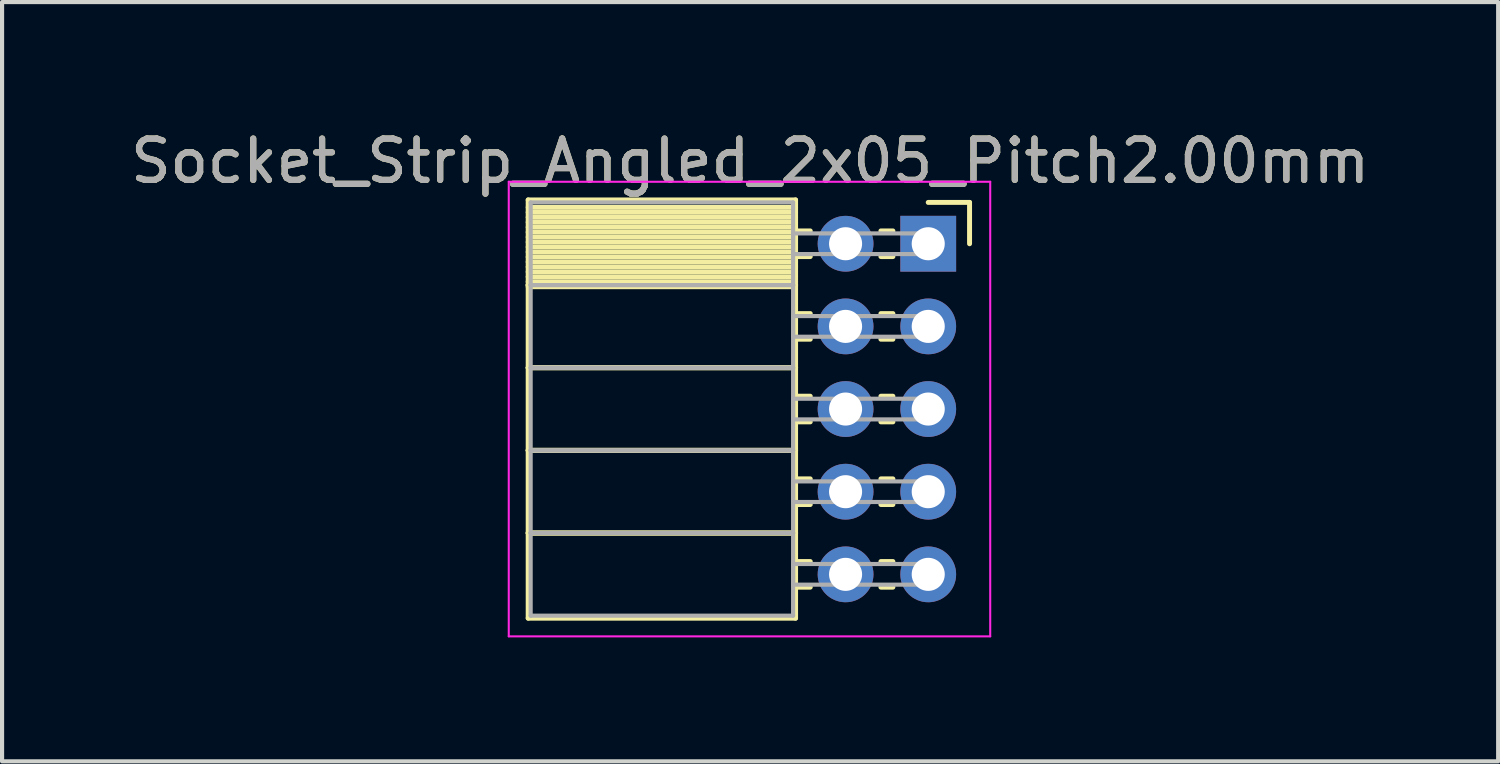
<source format=kicad_pcb>
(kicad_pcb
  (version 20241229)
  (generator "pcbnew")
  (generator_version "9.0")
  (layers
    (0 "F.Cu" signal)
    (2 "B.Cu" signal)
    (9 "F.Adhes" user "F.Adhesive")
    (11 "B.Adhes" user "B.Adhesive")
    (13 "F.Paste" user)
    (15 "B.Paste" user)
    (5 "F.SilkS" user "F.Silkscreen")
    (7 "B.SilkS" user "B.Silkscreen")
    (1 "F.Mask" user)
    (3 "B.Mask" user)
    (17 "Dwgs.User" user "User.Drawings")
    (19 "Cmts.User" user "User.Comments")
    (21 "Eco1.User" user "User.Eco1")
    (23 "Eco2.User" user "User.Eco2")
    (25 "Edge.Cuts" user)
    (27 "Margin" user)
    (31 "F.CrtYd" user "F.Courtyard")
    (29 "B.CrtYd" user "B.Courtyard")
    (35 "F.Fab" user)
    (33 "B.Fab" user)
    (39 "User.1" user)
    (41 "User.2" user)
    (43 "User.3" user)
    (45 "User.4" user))
  (footprint "Socket_Strip_Angled_2x05_Pitch2.00mm"
    (layer "F.Cu")
    (at 19.411 2.848)
    (property "Reference" "Socket_Strip_Angled_2x05_Pitch2.00mm" (at -4.31 -2 0) (layer "F.SilkS") (effects (font (size 1 1) (thickness 0.15))))
    (attr through_hole)
    (fp_line (start -9.68 -1.06) (end -3.21 -1.06) (stroke (width 0.12) (type solid)) (layer "F.SilkS"))
    (fp_line (start -9.68 1) (end -9.68 -1.06) (stroke (width 0.12) (type solid)) (layer "F.SilkS"))
    (fp_line (start -9.68 1) (end -3.21 1) (stroke (width 0.12) (type solid)) (layer "F.SilkS"))
    (fp_line (start -9.68 3) (end -9.68 1) (stroke (width 0.12) (type solid)) (layer "F.SilkS"))
    (fp_line (start -9.68 3) (end -3.21 3) (stroke (width 0.12) (type solid)) (layer "F.SilkS"))
    (fp_line (start -9.68 5) (end -9.68 3) (stroke (width 0.12) (type solid)) (layer "F.SilkS"))
    (fp_line (start -9.68 5) (end -3.21 5) (stroke (width 0.12) (type solid)) (layer "F.SilkS"))
    (fp_line (start -9.68 7) (end -9.68 5) (stroke (width 0.12) (type solid)) (layer "F.SilkS"))
    (fp_line (start -9.68 7) (end -3.21 7) (stroke (width 0.12) (type solid)) (layer "F.SilkS"))
    (fp_line (start -9.68 9.06) (end -9.68 7) (stroke (width 0.12) (type solid)) (layer "F.SilkS"))
    (fp_line (start -3.21 -1.06) (end -3.21 1) (stroke (width 0.12) (type solid)) (layer "F.SilkS"))
    (fp_line (start -3.21 -0.88) (end -9.68 -0.88) (stroke (width 0.12) (type solid)) (layer "F.SilkS"))
    (fp_line (start -3.21 -0.76) (end -9.68 -0.76) (stroke (width 0.12) (type solid)) (layer "F.SilkS"))
    (fp_line (start -3.21 -0.64) (end -9.68 -0.64) (stroke (width 0.12) (type solid)) (layer "F.SilkS"))
    (fp_line (start -3.21 -0.52) (end -9.68 -0.52) (stroke (width 0.12) (type solid)) (layer "F.SilkS"))
    (fp_line (start -3.21 -0.4) (end -9.68 -0.4) (stroke (width 0.12) (type solid)) (layer "F.SilkS"))
    (fp_line (start -3.21 -0.28) (end -9.68 -0.28) (stroke (width 0.12) (type solid)) (layer "F.SilkS"))
    (fp_line (start -3.21 -0.16) (end -9.68 -0.16) (stroke (width 0.12) (type solid)) (layer "F.SilkS"))
    (fp_line (start -3.21 -0.04) (end -9.68 -0.04) (stroke (width 0.12) (type solid)) (layer "F.SilkS"))
    (fp_line (start -3.21 0.08) (end -9.68 0.08) (stroke (width 0.12) (type solid)) (layer "F.SilkS"))
    (fp_line (start -3.21 0.2) (end -9.68 0.2) (stroke (width 0.12) (type solid)) (layer "F.SilkS"))
    (fp_line (start -3.21 0.32) (end -9.68 0.32) (stroke (width 0.12) (type solid)) (layer "F.SilkS"))
    (fp_line (start -3.21 0.44) (end -9.68 0.44) (stroke (width 0.12) (type solid)) (layer "F.SilkS"))
    (fp_line (start -3.21 0.56) (end -9.68 0.56) (stroke (width 0.12) (type solid)) (layer "F.SilkS"))
    (fp_line (start -3.21 0.68) (end -9.68 0.68) (stroke (width 0.12) (type solid)) (layer "F.SilkS"))
    (fp_line (start -3.21 0.8) (end -9.68 0.8) (stroke (width 0.12) (type solid)) (layer "F.SilkS"))
    (fp_line (start -3.21 0.92) (end -9.68 0.92) (stroke (width 0.12) (type solid)) (layer "F.SilkS"))
    (fp_line (start -3.21 1) (end -9.68 1) (stroke (width 0.12) (type solid)) (layer "F.SilkS"))
    (fp_line (start -3.21 1) (end -3.21 3) (stroke (width 0.12) (type solid)) (layer "F.SilkS"))
    (fp_line (start -3.21 1.04) (end -9.68 1.04) (stroke (width 0.12) (type solid)) (layer "F.SilkS"))
    (fp_line (start -3.21 3) (end -9.68 3) (stroke (width 0.12) (type solid)) (layer "F.SilkS"))
    (fp_line (start -3.21 3) (end -3.21 5) (stroke (width 0.12) (type solid)) (layer "F.SilkS"))
    (fp_line (start -3.21 5) (end -9.68 5) (stroke (width 0.12) (type solid)) (layer "F.SilkS"))
    (fp_line (start -3.21 5) (end -3.21 7) (stroke (width 0.12) (type solid)) (layer "F.SilkS"))
    (fp_line (start -3.21 7) (end -9.68 7) (stroke (width 0.12) (type solid)) (layer "F.SilkS"))
    (fp_line (start -3.21 7) (end -3.21 9.06) (stroke (width 0.12) (type solid)) (layer "F.SilkS"))
    (fp_line (start -3.21 9.06) (end -9.68 9.06) (stroke (width 0.12) (type solid)) (layer "F.SilkS"))
    (fp_line (start -2.855 -0.31) (end -3.21 -0.31) (stroke (width 0.12) (type solid)) (layer "F.SilkS"))
    (fp_line (start -2.855 0.31) (end -3.21 0.31) (stroke (width 0.12) (type solid)) (layer "F.SilkS"))
    (fp_line (start -2.855 1.69) (end -3.21 1.69) (stroke (width 0.12) (type solid)) (layer "F.SilkS"))
    (fp_line (start -2.855 2.31) (end -3.21 2.31) (stroke (width 0.12) (type solid)) (layer "F.SilkS"))
    (fp_line (start -2.855 3.69) (end -3.21 3.69) (stroke (width 0.12) (type solid)) (layer "F.SilkS"))
    (fp_line (start -2.855 4.31) (end -3.21 4.31) (stroke (width 0.12) (type solid)) (layer "F.SilkS"))
    (fp_line (start -2.855 5.69) (end -3.21 5.69) (stroke (width 0.12) (type solid)) (layer "F.SilkS"))
    (fp_line (start -2.855 6.31) (end -3.21 6.31) (stroke (width 0.12) (type solid)) (layer "F.SilkS"))
    (fp_line (start -2.855 7.69) (end -3.21 7.69) (stroke (width 0.12) (type solid)) (layer "F.SilkS"))
    (fp_line (start -2.855 8.31) (end -3.21 8.31) (stroke (width 0.12) (type solid)) (layer "F.SilkS"))
    (fp_line (start -0.855 -0.31) (end -1.145 -0.31) (stroke (width 0.12) (type solid)) (layer "F.SilkS"))
    (fp_line (start -0.855 0.31) (end -1.145 0.31) (stroke (width 0.12) (type solid)) (layer "F.SilkS"))
    (fp_line (start -0.855 1.69) (end -1.145 1.69) (stroke (width 0.12) (type solid)) (layer "F.SilkS"))
    (fp_line (start -0.855 2.31) (end -1.145 2.31) (stroke (width 0.12) (type solid)) (layer "F.SilkS"))
    (fp_line (start -0.855 3.69) (end -1.145 3.69) (stroke (width 0.12) (type solid)) (layer "F.SilkS"))
    (fp_line (start -0.855 4.31) (end -1.145 4.31) (stroke (width 0.12) (type solid)) (layer "F.SilkS"))
    (fp_line (start -0.855 5.69) (end -1.145 5.69) (stroke (width 0.12) (type solid)) (layer "F.SilkS"))
    (fp_line (start -0.855 6.31) (end -1.145 6.31) (stroke (width 0.12) (type solid)) (layer "F.SilkS"))
    (fp_line (start -0.855 7.69) (end -1.145 7.69) (stroke (width 0.12) (type solid)) (layer "F.SilkS"))
    (fp_line (start -0.855 8.31) (end -1.145 8.31) (stroke (width 0.12) (type solid)) (layer "F.SilkS"))
    (fp_line (start 0 -1) (end 1 -1) (stroke (width 0.12) (type solid)) (layer "F.SilkS"))
    (fp_line (start 1 -1) (end 1 0) (stroke (width 0.12) (type solid)) (layer "F.SilkS"))
    (fp_line (start -10.15 -1.5) (end 1.5 -1.5) (stroke (width 0.05) (type solid)) (layer "F.CrtYd"))
    (fp_line (start -10.15 9.5) (end -10.15 -1.5) (stroke (width 0.05) (type solid)) (layer "F.CrtYd"))
    (fp_line (start 1.5 -1.5) (end 1.5 9.5) (stroke (width 0.05) (type solid)) (layer "F.CrtYd"))
    (fp_line (start 1.5 9.5) (end -10.15 9.5) (stroke (width 0.05) (type solid)) (layer "F.CrtYd"))
    (fp_line (start -9.62 -1) (end -3.27 -1) (stroke (width 0.1) (type solid)) (layer "F.Fab"))
    (fp_line (start -9.62 1) (end -9.62 -1) (stroke (width 0.1) (type solid)) (layer "F.Fab"))
    (fp_line (start -9.62 1) (end -3.27 1) (stroke (width 0.1) (type solid)) (layer "F.Fab"))
    (fp_line (start -9.62 3) (end -9.62 1) (stroke (width 0.1) (type solid)) (layer "F.Fab"))
    (fp_line (start -9.62 3) (end -3.27 3) (stroke (width 0.1) (type solid)) (layer "F.Fab"))
    (fp_line (start -9.62 5) (end -9.62 3) (stroke (width 0.1) (type solid)) (layer "F.Fab"))
    (fp_line (start -9.62 5) (end -3.27 5) (stroke (width 0.1) (type solid)) (layer "F.Fab"))
    (fp_line (start -9.62 7) (end -9.62 5) (stroke (width 0.1) (type solid)) (layer "F.Fab"))
    (fp_line (start -9.62 7) (end -3.27 7) (stroke (width 0.1) (type solid)) (layer "F.Fab"))
    (fp_line (start -9.62 9) (end -9.62 7) (stroke (width 0.1) (type solid)) (layer "F.Fab"))
    (fp_line (start -3.27 -1) (end -3.27 1) (stroke (width 0.1) (type solid)) (layer "F.Fab"))
    (fp_line (start -3.27 -0.25) (end 0 -0.25) (stroke (width 0.1) (type solid)) (layer "F.Fab"))
    (fp_line (start -3.27 0.25) (end -3.27 -0.25) (stroke (width 0.1) (type solid)) (layer "F.Fab"))
    (fp_line (start -3.27 1) (end -9.62 1) (stroke (width 0.1) (type solid)) (layer "F.Fab"))
    (fp_line (start -3.27 1) (end -3.27 3) (stroke (width 0.1) (type solid)) (layer "F.Fab"))
    (fp_line (start -3.27 1.75) (end 0 1.75) (stroke (width 0.1) (type solid)) (layer "F.Fab"))
    (fp_line (start -3.27 2.25) (end -3.27 1.75) (stroke (width 0.1) (type solid)) (layer "F.Fab"))
    (fp_line (start -3.27 3) (end -9.62 3) (stroke (width 0.1) (type solid)) (layer "F.Fab"))
    (fp_line (start -3.27 3) (end -3.27 5) (stroke (width 0.1) (type solid)) (layer "F.Fab"))
    (fp_line (start -3.27 3.75) (end 0 3.75) (stroke (width 0.1) (type solid)) (layer "F.Fab"))
    (fp_line (start -3.27 4.25) (end -3.27 3.75) (stroke (width 0.1) (type solid)) (layer "F.Fab"))
    (fp_line (start -3.27 5) (end -9.62 5) (stroke (width 0.1) (type solid)) (layer "F.Fab"))
    (fp_line (start -3.27 5) (end -3.27 7) (stroke (width 0.1) (type solid)) (layer "F.Fab"))
    (fp_line (start -3.27 5.75) (end 0 5.75) (stroke (width 0.1) (type solid)) (layer "F.Fab"))
    (fp_line (start -3.27 6.25) (end -3.27 5.75) (stroke (width 0.1) (type solid)) (layer "F.Fab"))
    (fp_line (start -3.27 7) (end -9.62 7) (stroke (width 0.1) (type solid)) (layer "F.Fab"))
    (fp_line (start -3.27 7) (end -3.27 9) (stroke (width 0.1) (type solid)) (layer "F.Fab"))
    (fp_line (start -3.27 7.75) (end 0 7.75) (stroke (width 0.1) (type solid)) (layer "F.Fab"))
    (fp_line (start -3.27 8.25) (end -3.27 7.75) (stroke (width 0.1) (type solid)) (layer "F.Fab"))
    (fp_line (start -3.27 9) (end -9.62 9) (stroke (width 0.1) (type solid)) (layer "F.Fab"))
    (fp_line (start 0 -0.25) (end 0 0.25) (stroke (width 0.1) (type solid)) (layer "F.Fab"))
    (fp_line (start 0 0.25) (end -3.27 0.25) (stroke (width 0.1) (type solid)) (layer "F.Fab"))
    (fp_line (start 0 1.75) (end 0 2.25) (stroke (width 0.1) (type solid)) (layer "F.Fab"))
    (fp_line (start 0 2.25) (end -3.27 2.25) (stroke (width 0.1) (type solid)) (layer "F.Fab"))
    (fp_line (start 0 3.75) (end 0 4.25) (stroke (width 0.1) (type solid)) (layer "F.Fab"))
    (fp_line (start 0 4.25) (end -3.27 4.25) (stroke (width 0.1) (type solid)) (layer "F.Fab"))
    (fp_line (start 0 5.75) (end 0 6.25) (stroke (width 0.1) (type solid)) (layer "F.Fab"))
    (fp_line (start 0 6.25) (end -3.27 6.25) (stroke (width 0.1) (type solid)) (layer "F.Fab"))
    (fp_line (start 0 7.75) (end 0 8.25) (stroke (width 0.1) (type solid)) (layer "F.Fab"))
    (fp_line (start 0 8.25) (end -3.27 8.25) (stroke (width 0.1) (type solid)) (layer "F.Fab"))
    (fp_text user "${REFERENCE}" (at -4.31 -2 0) (layer "F.Fab") (effects (font (size 1 1) (thickness 0.15))))
    (pad "1" thru_hole rect (at 0 0) (size 1.35 1.35) (drill 0.8) (layers "*.Cu" "*.Mask"))
    (pad "2" thru_hole oval (at -2 0) (size 1.35 1.35) (drill 0.8) (layers "*.Cu" "*.Mask"))
    (pad "3" thru_hole oval (at 0 2) (size 1.35 1.35) (drill 0.8) (layers "*.Cu" "*.Mask"))
    (pad "4" thru_hole oval (at -2 2) (size 1.35 1.35) (drill 0.8) (layers "*.Cu" "*.Mask"))
    (pad "5" thru_hole oval (at 0 4) (size 1.35 1.35) (drill 0.8) (layers "*.Cu" "*.Mask"))
    (pad "6" thru_hole oval (at -2 4) (size 1.35 1.35) (drill 0.8) (layers "*.Cu" "*.Mask"))
    (pad "7" thru_hole oval (at 0 6) (size 1.35 1.35) (drill 0.8) (layers "*.Cu" "*.Mask"))
    (pad "8" thru_hole oval (at -2 6) (size 1.35 1.35) (drill 0.8) (layers "*.Cu" "*.Mask"))
    (pad "9" thru_hole oval (at 0 8) (size 1.35 1.35) (drill 0.8) (layers "*.Cu" "*.Mask"))
    (pad "10" thru_hole oval (at -2 8) (size 1.35 1.35) (drill 0.8) (layers "*.Cu" "*.Mask")))
  (gr_rect
    (start -3 -3)
    (end 33.202 15.373)
    (stroke (width 0.1) (type default))
    (fill no)
    (layer "Edge.Cuts")))
</source>
